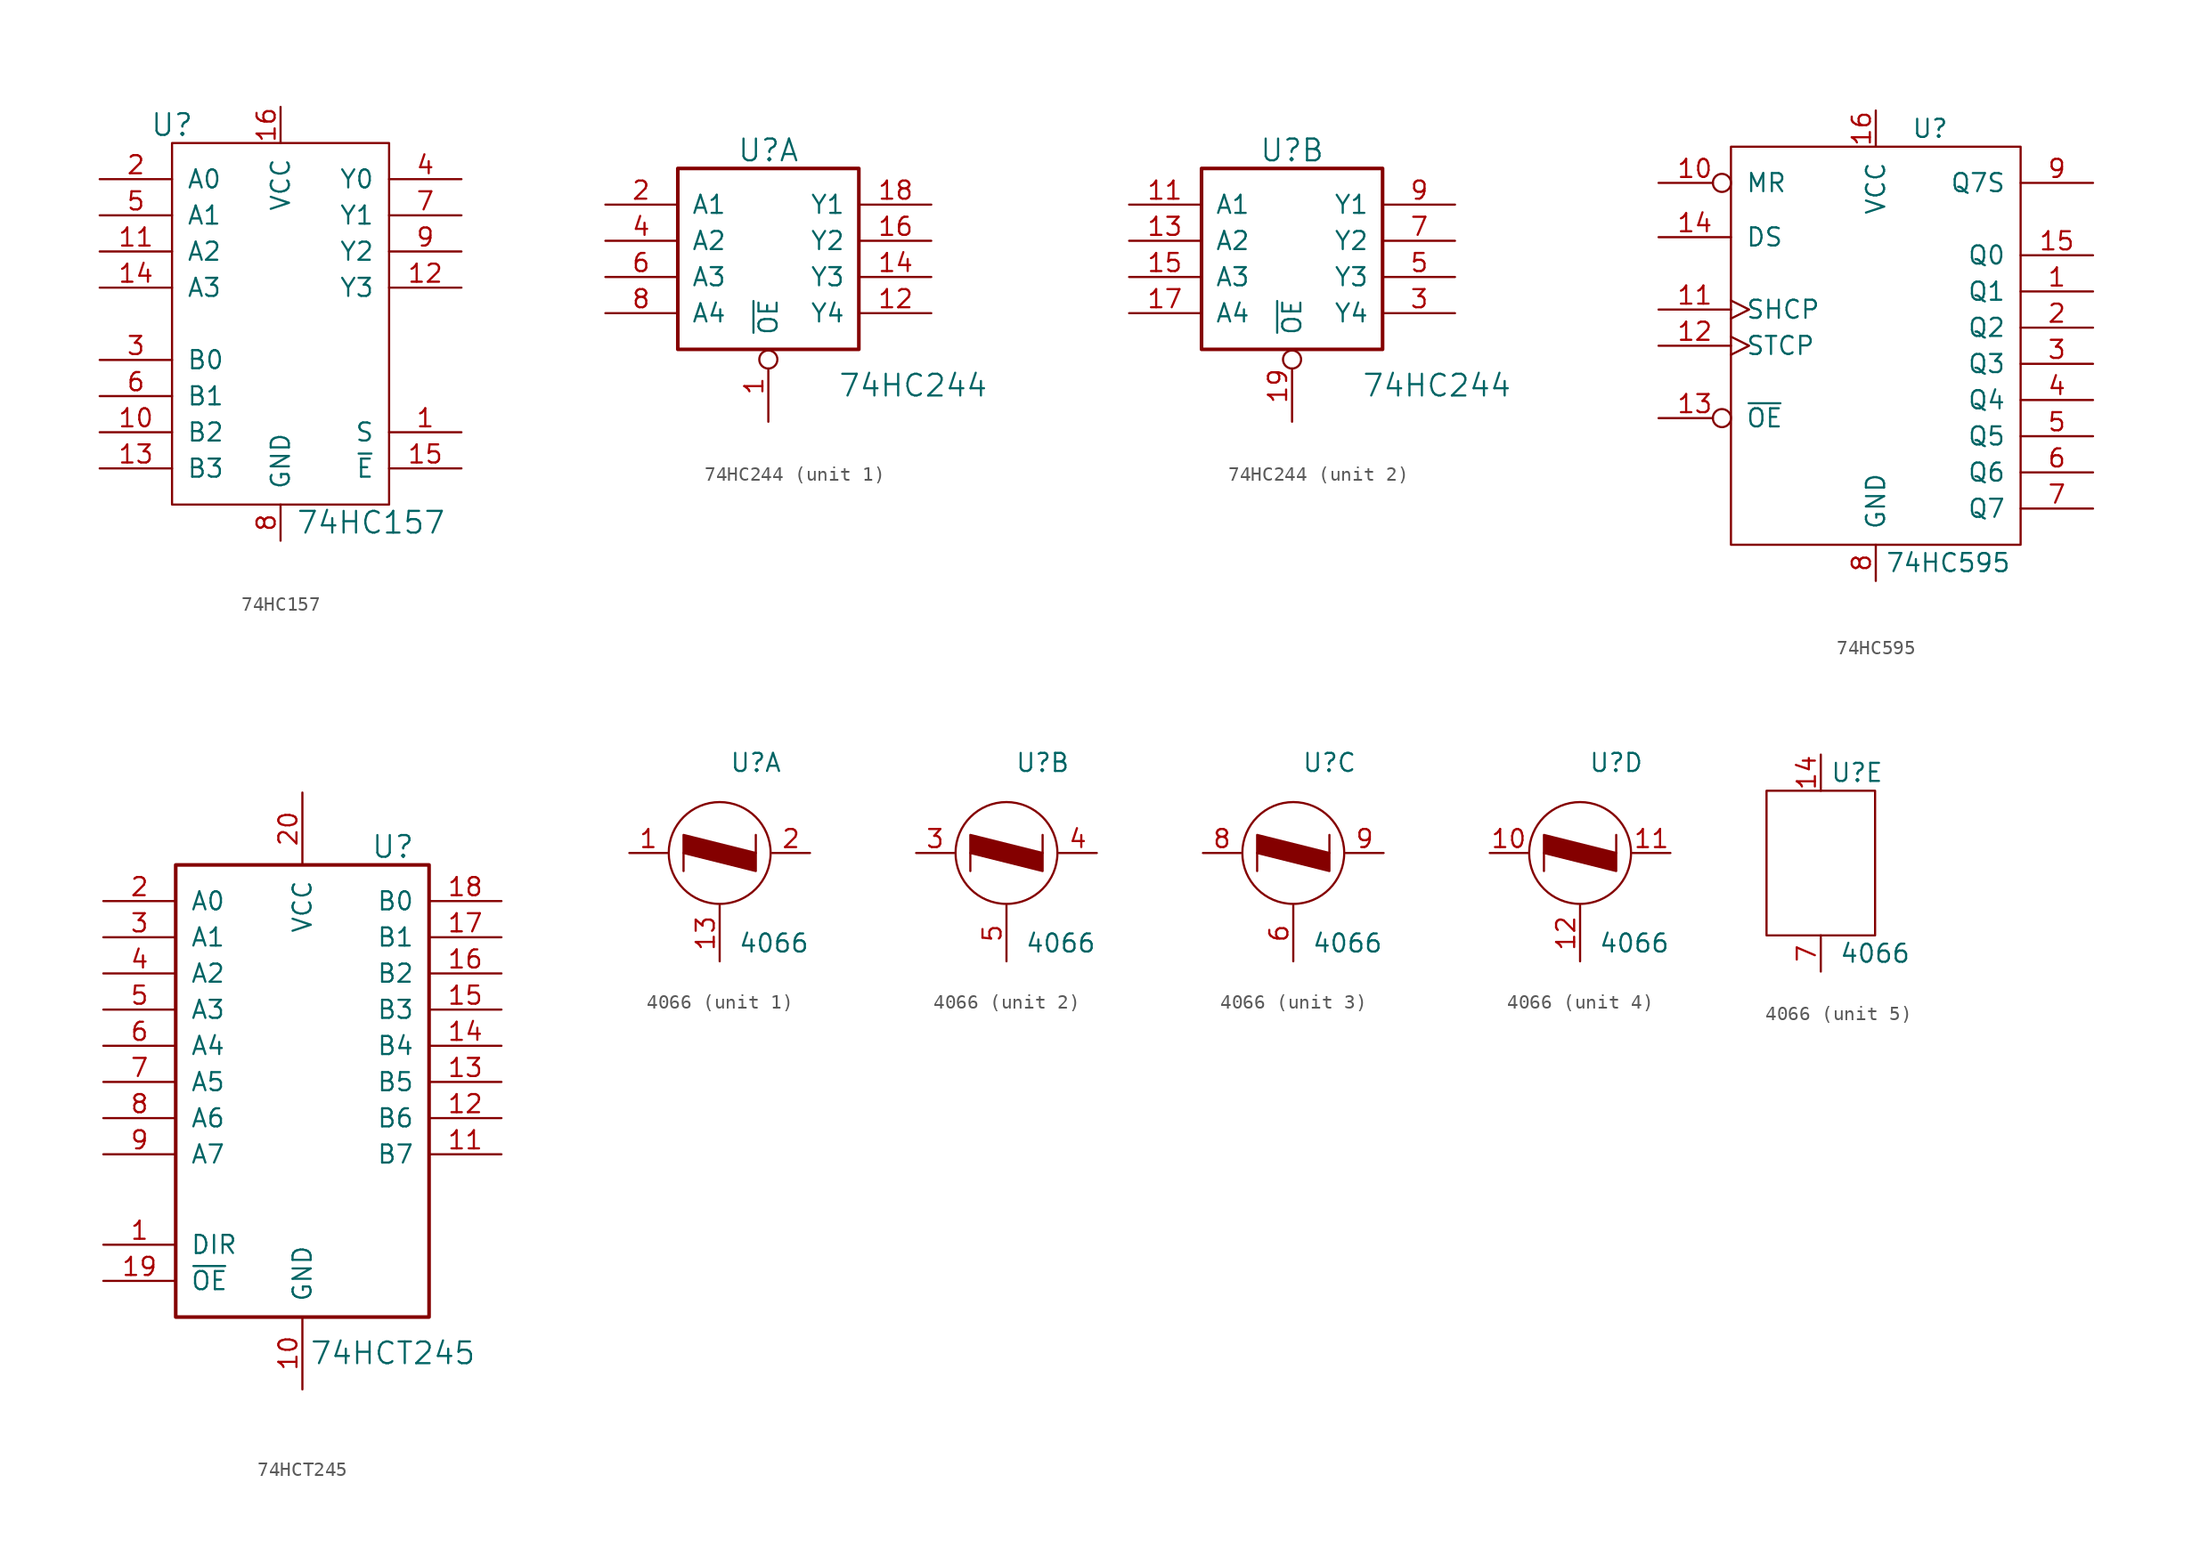
<source format=kicad_sym>
(kicad_symbol_lib
  (version 20211014)
  (generator kicad_symbol_editor)
  (symbol "74HC157"
    (pin_names
      (offset 1.016))
    (property "Reference" "U"
      (at -7.62 13.97 0)
      (effects (font (size 1.524 1.524))))
    (property "Value" "74HC157"
      (at 6.35 -13.97 0)
      (effects (font (size 1.524 1.524))))
    (symbol "74HC157_0_1"
      (rectangle (start -7.62 12.7) (end 7.62 -12.7) (stroke (width 0) (type default) (color 0 0 0 0)) (fill (type none))))
    (symbol "74HC157_1_1"
      (pin input line (at 12.7 -7.62 180) (length 5.08) (name "S" (effects (font (size 1.27 1.27)))) (number "1" (effects (font (size 1.27 1.27)))))
      (pin input line (at -12.7 -7.62 0) (length 5.08) (name "B2" (effects (font (size 1.27 1.27)))) (number "10" (effects (font (size 1.27 1.27)))))
      (pin input line (at -12.7 5.08 0) (length 5.08) (name "A2" (effects (font (size 1.27 1.27)))) (number "11" (effects (font (size 1.27 1.27)))))
      (pin output line (at 12.7 2.54 180) (length 5.08) (name "Y3" (effects (font (size 1.27 1.27)))) (number "12" (effects (font (size 1.27 1.27)))))
      (pin input line (at -12.7 -10.16 0) (length 5.08) (name "B3" (effects (font (size 1.27 1.27)))) (number "13" (effects (font (size 1.27 1.27)))))
      (pin input line (at -12.7 2.54 0) (length 5.08) (name "A3" (effects (font (size 1.27 1.27)))) (number "14" (effects (font (size 1.27 1.27)))))
      (pin input line (at 12.7 -10.16 180) (length 5.08) (name "~{E}" (effects (font (size 1.27 1.27)))) (number "15" (effects (font (size 1.27 1.27)))))
      (pin power_in line (at 0 15.24 270) (length 2.54) (name "VCC" (effects (font (size 1.27 1.27)))) (number "16" (effects (font (size 1.27 1.27)))))
      (pin input line (at -12.7 10.16 0) (length 5.08) (name "A0" (effects (font (size 1.27 1.27)))) (number "2" (effects (font (size 1.27 1.27)))))
      (pin input line (at -12.7 -2.54 0) (length 5.08) (name "B0" (effects (font (size 1.27 1.27)))) (number "3" (effects (font (size 1.27 1.27)))))
      (pin output line (at 12.7 10.16 180) (length 5.08) (name "Y0" (effects (font (size 1.27 1.27)))) (number "4" (effects (font (size 1.27 1.27)))))
      (pin input line (at -12.7 7.62 0) (length 5.08) (name "A1" (effects (font (size 1.27 1.27)))) (number "5" (effects (font (size 1.27 1.27)))))
      (pin input line (at -12.7 -5.08 0) (length 5.08) (name "B1" (effects (font (size 1.27 1.27)))) (number "6" (effects (font (size 1.27 1.27)))))
      (pin output line (at 12.7 7.62 180) (length 5.08) (name "Y1" (effects (font (size 1.27 1.27)))) (number "7" (effects (font (size 1.27 1.27)))))
      (pin power_in line (at 0 -15.24 90) (length 2.54) (name "GND" (effects (font (size 1.27 1.27)))) (number "8" (effects (font (size 1.27 1.27)))))
      (pin output line (at 12.7 5.08 180) (length 5.08) (name "Y2" (effects (font (size 1.27 1.27)))) (number "9" (effects (font (size 1.27 1.27)))))))
  (symbol "74HC244"
    (pin_names
      (offset 1.016))
    (property "Reference" "U"
      (at 0 7.62 0)
      (effects (font (size 1.524 1.524))))
    (property "Value" "74HC244"
      (at 10.16 -8.89 0)
      (effects (font (size 1.524 1.524))))
    (symbol "74HC244_0_1"
      (rectangle (start -6.35 -6.35) (end 6.35 6.35) (stroke (width 0.254) (type default) (color 0 0 0 0)) (fill (type none)))
      (pin power_in line (at 3.81 -11.43 90) (length 5.004) hide (name "GND" (effects (font (size 1.27 1.27)))) (number "10" (effects (font (size 1.27 1.27)))))
      (pin power_in line (at 3.81 11.43 270) (length 5.004) hide (name "VCC" (effects (font (size 1.27 1.27)))) (number "20" (effects (font (size 1.27 1.27))))))
    (symbol "74HC244_1_1"
      (pin input inverted (at 0 -11.43 90) (length 5.004) (name "~{OE}" (effects (font (size 1.27 1.27)))) (number "1" (effects (font (size 1.27 1.27)))))
      (pin output line (at 11.43 -3.81 180) (length 5.004) (name "Y4" (effects (font (size 1.27 1.27)))) (number "12" (effects (font (size 1.27 1.27)))))
      (pin output line (at 11.43 -1.27 180) (length 5.004) (name "Y3" (effects (font (size 1.27 1.27)))) (number "14" (effects (font (size 1.27 1.27)))))
      (pin output line (at 11.43 1.27 180) (length 5.004) (name "Y2" (effects (font (size 1.27 1.27)))) (number "16" (effects (font (size 1.27 1.27)))))
      (pin output line (at 11.43 3.81 180) (length 5.004) (name "Y1" (effects (font (size 1.27 1.27)))) (number "18" (effects (font (size 1.27 1.27)))))
      (pin input line (at -11.43 3.81 0) (length 5.004) (name "A1" (effects (font (size 1.27 1.27)))) (number "2" (effects (font (size 1.27 1.27)))))
      (pin input line (at -11.43 1.27 0) (length 5.004) (name "A2" (effects (font (size 1.27 1.27)))) (number "4" (effects (font (size 1.27 1.27)))))
      (pin input line (at -11.43 -1.27 0) (length 5.004) (name "A3" (effects (font (size 1.27 1.27)))) (number "6" (effects (font (size 1.27 1.27)))))
      (pin input line (at -11.43 -3.81 0) (length 5.004) (name "A4" (effects (font (size 1.27 1.27)))) (number "8" (effects (font (size 1.27 1.27))))))
    (symbol "74HC244_2_1"
      (pin input line (at -11.43 3.81 0) (length 5.004) (name "A1" (effects (font (size 1.27 1.27)))) (number "11" (effects (font (size 1.27 1.27)))))
      (pin input line (at -11.43 1.27 0) (length 5.004) (name "A2" (effects (font (size 1.27 1.27)))) (number "13" (effects (font (size 1.27 1.27)))))
      (pin input line (at -11.43 -1.27 0) (length 5.004) (name "A3" (effects (font (size 1.27 1.27)))) (number "15" (effects (font (size 1.27 1.27)))))
      (pin input line (at -11.43 -3.81 0) (length 5.004) (name "A4" (effects (font (size 1.27 1.27)))) (number "17" (effects (font (size 1.27 1.27)))))
      (pin input inverted (at 0 -11.43 90) (length 5.004) (name "~{OE}" (effects (font (size 1.27 1.27)))) (number "19" (effects (font (size 1.27 1.27)))))
      (pin output line (at 11.43 -3.81 180) (length 5.004) (name "Y4" (effects (font (size 1.27 1.27)))) (number "3" (effects (font (size 1.27 1.27)))))
      (pin output line (at 11.43 -1.27 180) (length 5.004) (name "Y3" (effects (font (size 1.27 1.27)))) (number "5" (effects (font (size 1.27 1.27)))))
      (pin output line (at 11.43 1.27 180) (length 5.004) (name "Y2" (effects (font (size 1.27 1.27)))) (number "7" (effects (font (size 1.27 1.27)))))
      (pin output line (at 11.43 3.81 180) (length 5.004) (name "Y1" (effects (font (size 1.27 1.27)))) (number "9" (effects (font (size 1.27 1.27)))))))
  (symbol "74HC595"
    (pin_names
      (offset 1.016))
    (property "Reference" "U"
      (at 3.81 15.24 0)
      (effects (font (size 1.27 1.27))))
    (property "Value" "74HC595"
      (at 5.08 -15.24 0)
      (effects (font (size 1.27 1.27))))
    (symbol "74HC595_0_1"
      (rectangle (start -10.16 -13.97) (end 10.16 13.97) (stroke (width 0) (type default) (color 0 0 0 0)) (fill (type none))))
    (symbol "74HC595_1_1"
      (pin tri_state line (at 15.24 3.81 180) (length 5.08) (name "Q1" (effects (font (size 1.27 1.27)))) (number "1" (effects (font (size 1.27 1.27)))))
      (pin input inverted (at -15.24 11.43 0) (length 5.08) (name "MR" (effects (font (size 1.27 1.27)))) (number "10" (effects (font (size 1.27 1.27)))))
      (pin input clock (at -15.24 2.54 0) (length 5.08) (name "SHCP" (effects (font (size 1.27 1.27)))) (number "11" (effects (font (size 1.27 1.27)))))
      (pin input clock (at -15.24 0 0) (length 5.08) (name "STCP" (effects (font (size 1.27 1.27)))) (number "12" (effects (font (size 1.27 1.27)))))
      (pin input inverted (at -15.24 -5.08 0) (length 5.08) (name "~{OE}" (effects (font (size 1.27 1.27)))) (number "13" (effects (font (size 1.27 1.27)))))
      (pin input line (at -15.24 7.62 0) (length 5.08) (name "DS" (effects (font (size 1.27 1.27)))) (number "14" (effects (font (size 1.27 1.27)))))
      (pin tri_state line (at 15.24 6.35 180) (length 5.08) (name "Q0" (effects (font (size 1.27 1.27)))) (number "15" (effects (font (size 1.27 1.27)))))
      (pin power_in line (at 0 16.51 270) (length 2.54) (name "VCC" (effects (font (size 1.27 1.27)))) (number "16" (effects (font (size 1.27 1.27)))))
      (pin tri_state line (at 15.24 1.27 180) (length 5.08) (name "Q2" (effects (font (size 1.27 1.27)))) (number "2" (effects (font (size 1.27 1.27)))))
      (pin tri_state line (at 15.24 -1.27 180) (length 5.08) (name "Q3" (effects (font (size 1.27 1.27)))) (number "3" (effects (font (size 1.27 1.27)))))
      (pin tri_state line (at 15.24 -3.81 180) (length 5.08) (name "Q4" (effects (font (size 1.27 1.27)))) (number "4" (effects (font (size 1.27 1.27)))))
      (pin tri_state line (at 15.24 -6.35 180) (length 5.08) (name "Q5" (effects (font (size 1.27 1.27)))) (number "5" (effects (font (size 1.27 1.27)))))
      (pin tri_state line (at 15.24 -8.89 180) (length 5.08) (name "Q6" (effects (font (size 1.27 1.27)))) (number "6" (effects (font (size 1.27 1.27)))))
      (pin tri_state line (at 15.24 -11.43 180) (length 5.08) (name "Q7" (effects (font (size 1.27 1.27)))) (number "7" (effects (font (size 1.27 1.27)))))
      (pin power_in line (at 0 -16.51 90) (length 2.54) (name "GND" (effects (font (size 1.27 1.27)))) (number "8" (effects (font (size 1.27 1.27)))))
      (pin output line (at 15.24 11.43 180) (length 5.08) (name "Q7S" (effects (font (size 1.27 1.27)))) (number "9" (effects (font (size 1.27 1.27)))))))
  (symbol "74HCT245"
    (pin_names
      (offset 1.016))
    (property "Reference" "U"
      (at 6.35 12.7 0)
      (effects (font (size 1.524 1.524))))
    (property "Value" "74HCT245"
      (at 6.35 -22.86 0)
      (effects (font (size 1.524 1.524))))
    (symbol "74HCT245_0_1"
      (rectangle (start -8.89 11.43) (end 8.89 -20.32) (stroke (width 0.254) (type default) (color 0 0 0 0)) (fill (type none))))
    (symbol "74HCT245_1_1"
      (pin input line (at -13.97 -15.24 0) (length 5.08) (name "DIR" (effects (font (size 1.27 1.27)))) (number "1" (effects (font (size 1.27 1.27)))))
      (pin power_in line (at 0 -25.4 90) (length 5.08) (name "GND" (effects (font (size 1.27 1.27)))) (number "10" (effects (font (size 1.27 1.27)))))
      (pin bidirectional line (at 13.97 -8.89 180) (length 5.08) (name "B7" (effects (font (size 1.27 1.27)))) (number "11" (effects (font (size 1.27 1.27)))))
      (pin bidirectional line (at 13.97 -6.35 180) (length 5.08) (name "B6" (effects (font (size 1.27 1.27)))) (number "12" (effects (font (size 1.27 1.27)))))
      (pin bidirectional line (at 13.97 -3.81 180) (length 5.08) (name "B5" (effects (font (size 1.27 1.27)))) (number "13" (effects (font (size 1.27 1.27)))))
      (pin bidirectional line (at 13.97 -1.27 180) (length 5.08) (name "B4" (effects (font (size 1.27 1.27)))) (number "14" (effects (font (size 1.27 1.27)))))
      (pin bidirectional line (at 13.97 1.27 180) (length 5.08) (name "B3" (effects (font (size 1.27 1.27)))) (number "15" (effects (font (size 1.27 1.27)))))
      (pin bidirectional line (at 13.97 3.81 180) (length 5.08) (name "B2" (effects (font (size 1.27 1.27)))) (number "16" (effects (font (size 1.27 1.27)))))
      (pin bidirectional line (at 13.97 6.35 180) (length 5.08) (name "B1" (effects (font (size 1.27 1.27)))) (number "17" (effects (font (size 1.27 1.27)))))
      (pin bidirectional line (at 13.97 8.89 180) (length 5.08) (name "B0" (effects (font (size 1.27 1.27)))) (number "18" (effects (font (size 1.27 1.27)))))
      (pin input line (at -13.97 -17.78 0) (length 5.08) (name "~{OE}" (effects (font (size 1.27 1.27)))) (number "19" (effects (font (size 1.27 1.27)))))
      (pin bidirectional line (at -13.97 8.89 0) (length 5.08) (name "A0" (effects (font (size 1.27 1.27)))) (number "2" (effects (font (size 1.27 1.27)))))
      (pin power_in line (at 0 16.51 270) (length 5.08) (name "VCC" (effects (font (size 1.27 1.27)))) (number "20" (effects (font (size 1.27 1.27)))))
      (pin bidirectional line (at -13.97 6.35 0) (length 5.08) (name "A1" (effects (font (size 1.27 1.27)))) (number "3" (effects (font (size 1.27 1.27)))))
      (pin bidirectional line (at -13.97 3.81 0) (length 5.08) (name "A2" (effects (font (size 1.27 1.27)))) (number "4" (effects (font (size 1.27 1.27)))))
      (pin bidirectional line (at -13.97 1.27 0) (length 5.08) (name "A3" (effects (font (size 1.27 1.27)))) (number "5" (effects (font (size 1.27 1.27)))))
      (pin bidirectional line (at -13.97 -1.27 0) (length 5.08) (name "A4" (effects (font (size 1.27 1.27)))) (number "6" (effects (font (size 1.27 1.27)))))
      (pin bidirectional line (at -13.97 -3.81 0) (length 5.08) (name "A5" (effects (font (size 1.27 1.27)))) (number "7" (effects (font (size 1.27 1.27)))))
      (pin bidirectional line (at -13.97 -6.35 0) (length 5.08) (name "A6" (effects (font (size 1.27 1.27)))) (number "8" (effects (font (size 1.27 1.27)))))
      (pin bidirectional line (at -13.97 -8.89 0) (length 5.08) (name "A7" (effects (font (size 1.27 1.27)))) (number "9" (effects (font (size 1.27 1.27)))))))
  (symbol "4066"
    (pin_names
      (offset 1.016) hide)
    (property "Reference" "U"
      (at 2.54 6.35 0)
      (effects (font (size 1.27 1.27))))
    (property "Value" "4066"
      (at 3.81 -6.35 0)
      (effects (font (size 1.27 1.27))))
    (symbol "4066_1_1"
      (polyline (pts (xy -2.54 0) (xy -2.54 -1.27)) (stroke (width 0) (type default) (color 0 0 0 0)) (fill (type none)))
      (polyline (pts (xy 2.54 0) (xy 2.54 1.27)) (stroke (width 0) (type default) (color 0 0 0 0)) (fill (type none)))
      (polyline (pts (xy -2.54 1.27) (xy 2.54 0) (xy 2.54 -1.27) (xy -2.54 0) (xy -2.54 1.27)) (stroke (width 0) (type default) (color 0 0 0 0)) (fill (type outline)))
      (circle (center 0 0) (radius 3.581) (stroke (width 0) (type default) (color 0 0 0 0)) (fill (type none)))
      (pin passive line (at -6.35 0 0) (length 2.667) (name "~" (effects (font (size 1.27 1.27)))) (number "1" (effects (font (size 1.27 1.27)))))
      (pin input line (at 0 -7.62 90) (length 3.937) (name "~" (effects (font (size 1.27 1.27)))) (number "13" (effects (font (size 1.27 1.27)))))
      (pin passive line (at 6.35 0 180) (length 2.667) (name "~" (effects (font (size 1.27 1.27)))) (number "2" (effects (font (size 1.27 1.27))))))
    (symbol "4066_2_1"
      (polyline (pts (xy -2.54 0) (xy -2.54 -1.27)) (stroke (width 0) (type default) (color 0 0 0 0)) (fill (type none)))
      (polyline (pts (xy 2.54 0) (xy 2.54 1.27)) (stroke (width 0) (type default) (color 0 0 0 0)) (fill (type none)))
      (polyline (pts (xy -2.54 1.27) (xy 2.54 0) (xy 2.54 -1.27) (xy -2.54 0) (xy -2.54 1.27)) (stroke (width 0) (type default) (color 0 0 0 0)) (fill (type outline)))
      (circle (center 0 0) (radius 3.581) (stroke (width 0) (type default) (color 0 0 0 0)) (fill (type none)))
      (pin passive line (at -6.35 0 0) (length 2.667) (name "~" (effects (font (size 1.27 1.27)))) (number "3" (effects (font (size 1.27 1.27)))))
      (pin passive line (at 6.35 0 180) (length 2.667) (name "~" (effects (font (size 1.27 1.27)))) (number "4" (effects (font (size 1.27 1.27)))))
      (pin input line (at 0 -7.62 90) (length 3.937) (name "~" (effects (font (size 1.27 1.27)))) (number "5" (effects (font (size 1.27 1.27))))))
    (symbol "4066_3_1"
      (polyline (pts (xy -2.54 0) (xy -2.54 -1.27)) (stroke (width 0) (type default) (color 0 0 0 0)) (fill (type none)))
      (polyline (pts (xy 2.54 0) (xy 2.54 1.27)) (stroke (width 0) (type default) (color 0 0 0 0)) (fill (type none)))
      (polyline (pts (xy -2.54 1.27) (xy 2.54 0) (xy 2.54 -1.27) (xy -2.54 0) (xy -2.54 1.27)) (stroke (width 0) (type default) (color 0 0 0 0)) (fill (type outline)))
      (circle (center 0 0) (radius 3.581) (stroke (width 0) (type default) (color 0 0 0 0)) (fill (type none)))
      (pin input line (at 0 -7.62 90) (length 3.937) (name "~" (effects (font (size 1.27 1.27)))) (number "6" (effects (font (size 1.27 1.27)))))
      (pin passive line (at -6.35 0 0) (length 2.667) (name "~" (effects (font (size 1.27 1.27)))) (number "8" (effects (font (size 1.27 1.27)))))
      (pin passive line (at 6.35 0 180) (length 2.667) (name "~" (effects (font (size 1.27 1.27)))) (number "9" (effects (font (size 1.27 1.27))))))
    (symbol "4066_4_1"
      (polyline (pts (xy -2.54 0) (xy -2.54 -1.27)) (stroke (width 0) (type default) (color 0 0 0 0)) (fill (type none)))
      (polyline (pts (xy 2.54 0) (xy 2.54 1.27)) (stroke (width 0) (type default) (color 0 0 0 0)) (fill (type none)))
      (polyline (pts (xy -2.54 1.27) (xy 2.54 0) (xy 2.54 -1.27) (xy -2.54 0) (xy -2.54 1.27)) (stroke (width 0) (type default) (color 0 0 0 0)) (fill (type outline)))
      (circle (center 0 0) (radius 3.581) (stroke (width 0) (type default) (color 0 0 0 0)) (fill (type none)))
      (pin passive line (at -6.35 0 0) (length 2.667) (name "~" (effects (font (size 1.27 1.27)))) (number "10" (effects (font (size 1.27 1.27)))))
      (pin passive line (at 6.35 0 180) (length 2.667) (name "~" (effects (font (size 1.27 1.27)))) (number "11" (effects (font (size 1.27 1.27)))))
      (pin input line (at 0 -7.62 90) (length 3.937) (name "~" (effects (font (size 1.27 1.27)))) (number "12" (effects (font (size 1.27 1.27))))))
    (symbol "4066_5_1"
      (rectangle (start -3.81 5.08) (end 3.81 -5.08) (stroke (width 0) (type default) (color 0 0 0 0)) (fill (type none)))
      (pin power_in line (at 0 7.62 270) (length 2.54) (name "VCC" (effects (font (size 1.27 1.27)))) (number "14" (effects (font (size 1.27 1.27)))))
      (pin power_in line (at 0 -7.62 90) (length 2.54) (name "~" (effects (font (size 1.27 1.27)))) (number "7" (effects (font (size 1.27 1.27))))))))
</source>
